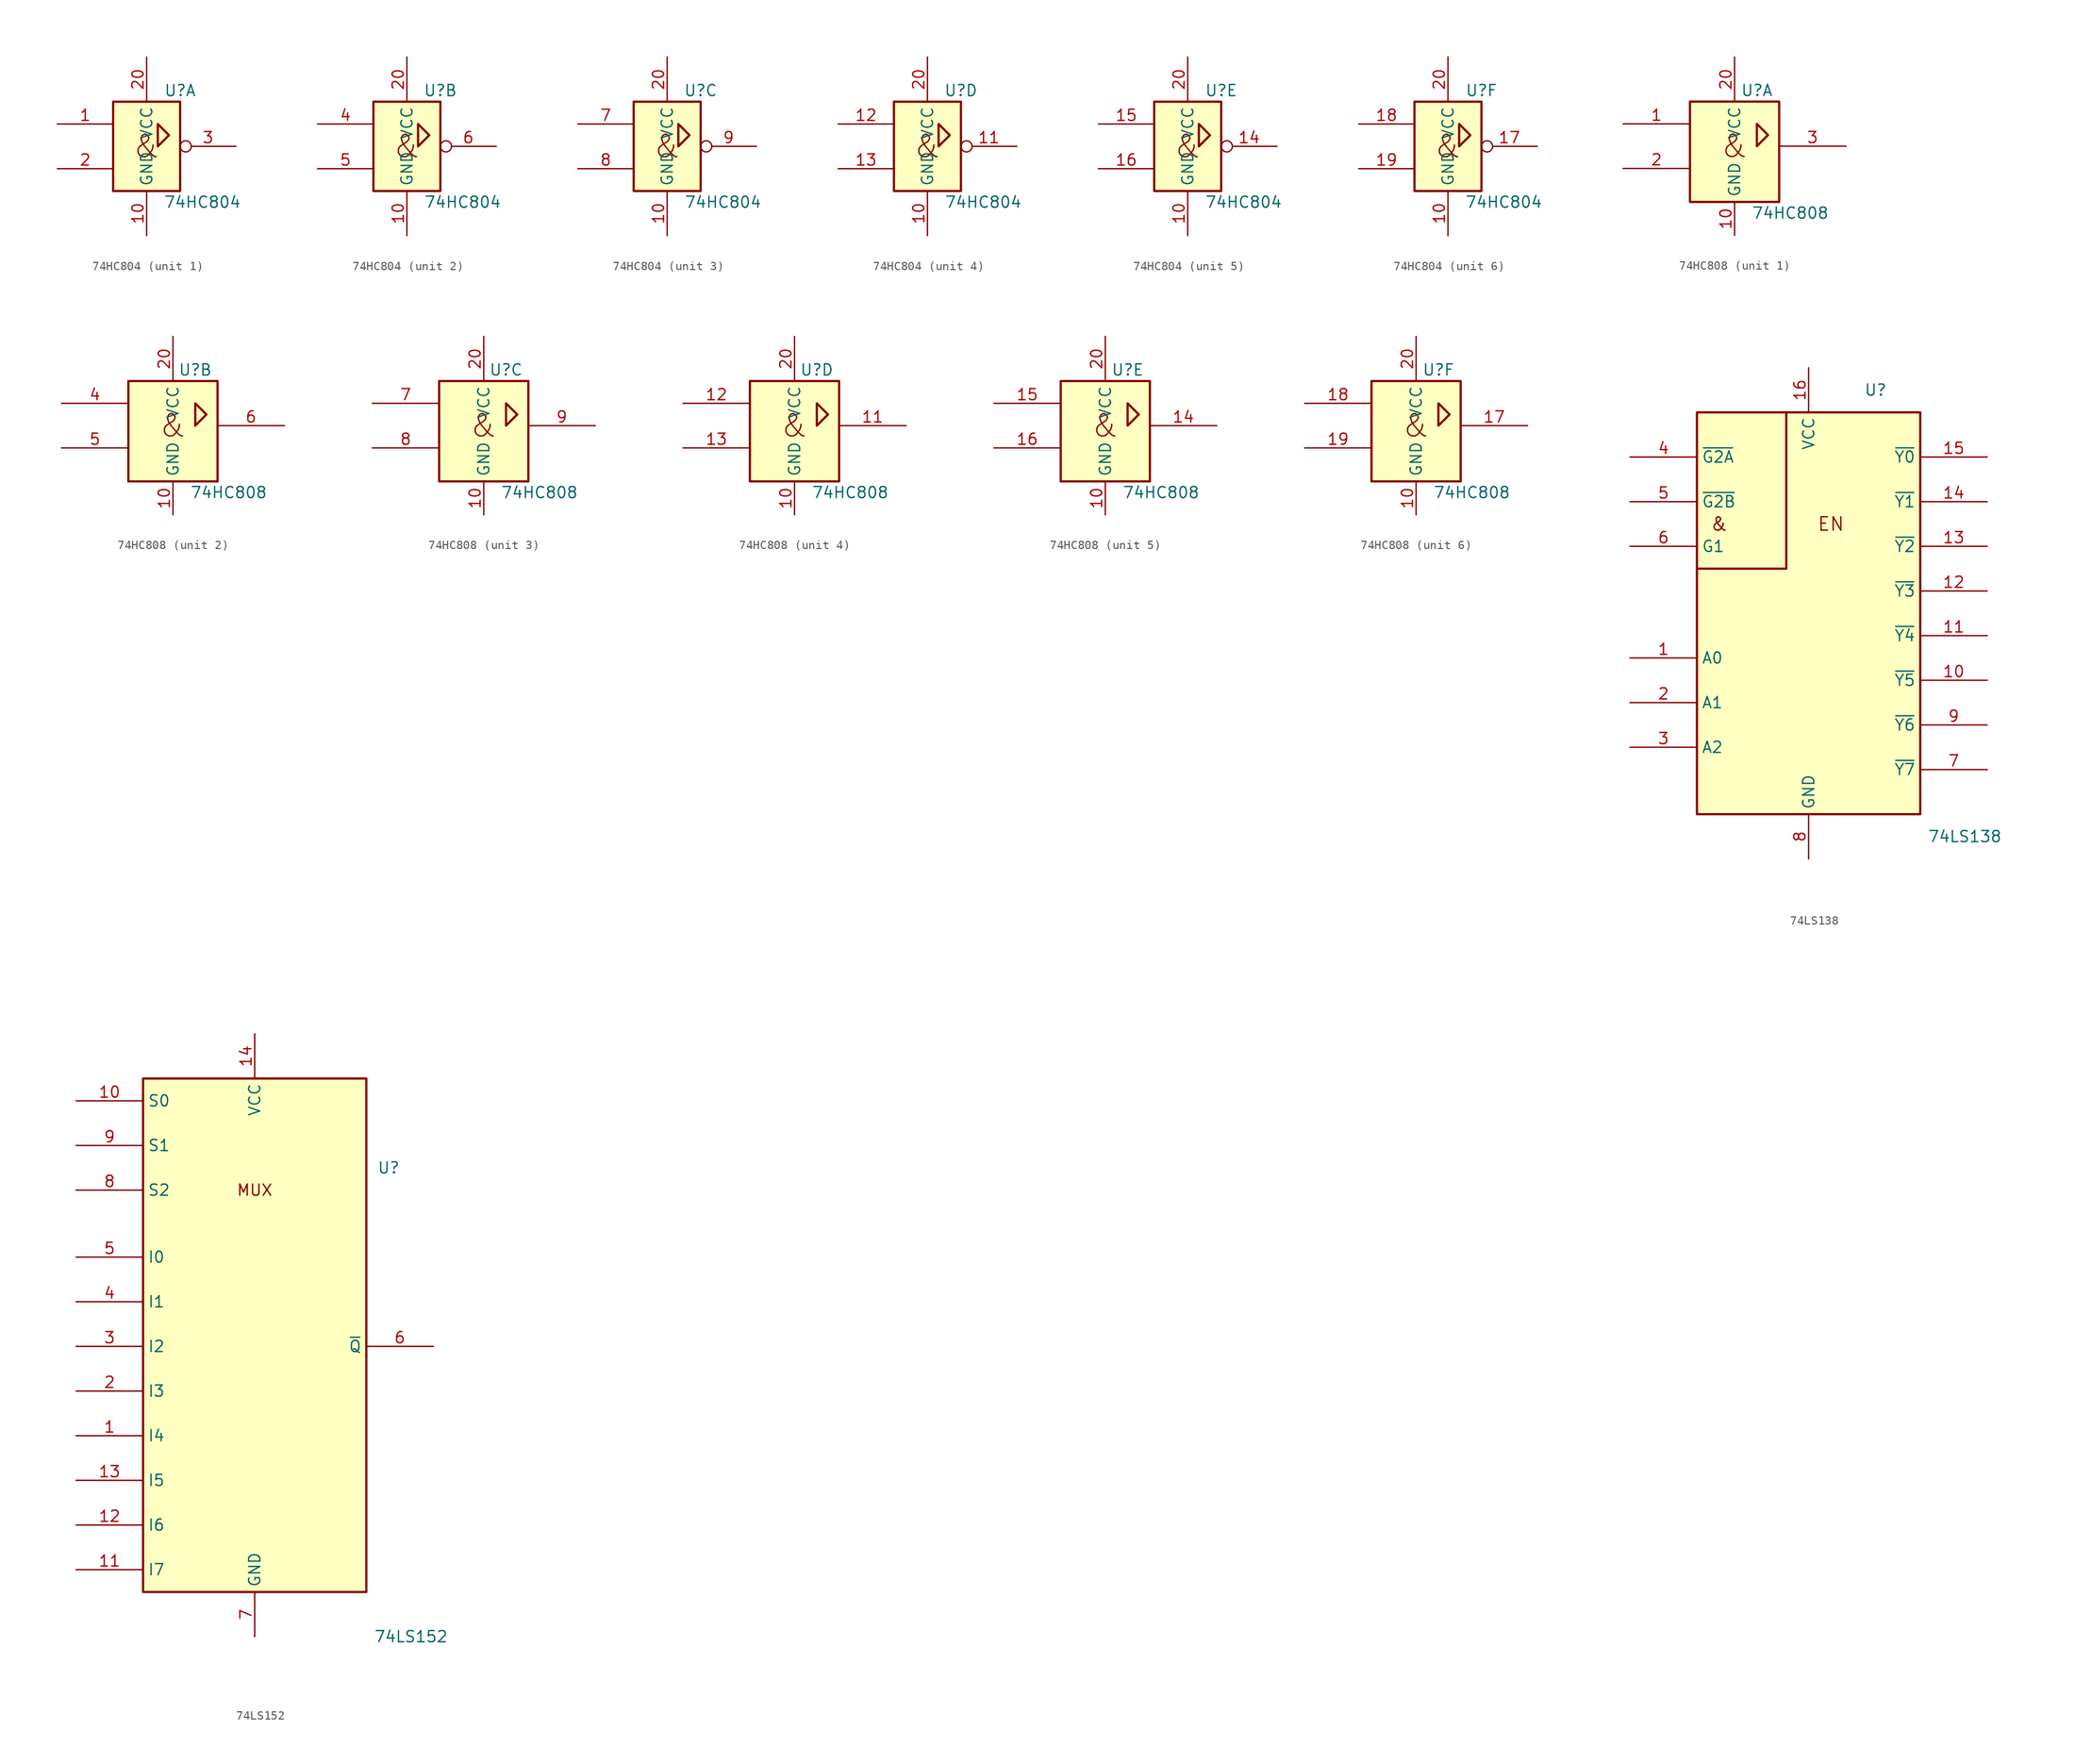
<source format=kicad_sym>
(kicad_symbol_lib
  (version 20220914)
  (generator kicad_symbol_editor)
  (symbol "74HC804"
    (property "Reference" "U"
      (at 3.81 6.35 0)
      (effects (font (size 1.27 1.27))))
    (property "Value" "74HC804"
      (at 6.35 -6.35 0)
      (effects (font (size 1.27 1.27))))
    (symbol "74HC804_0_1"
      (rectangle (start -3.81 5.08) (end 3.81 -5.08) (stroke (width 0.254) (type default)) (fill (type background)))
      (polyline (pts (xy 1.27 0) (xy 1.27 2.54) (xy 2.54 1.27) (xy 1.27 0) (xy 1.27 0)) (stroke (width 0.254) (type default)) (fill (type background)))
      (text "&" (at 0 0 0) (effects (font (size 2.54 2.54))))
      (pin power_in line (at 0 -10.16 90) (length 5.08) (name "GND" (effects (font (size 1.27 1.27)))) (number "10" (effects (font (size 1.27 1.27)))))
      (pin power_in line (at 0 10.16 270) (length 5.08) (name "VCC" (effects (font (size 1.27 1.27)))) (number "20" (effects (font (size 1.27 1.27))))))
    (symbol "74HC804_1_1"
      (pin input line (at -10.16 2.54 0) (length 6.35) (name "~" (effects (font (size 1.27 1.27)))) (number "1" (effects (font (size 1.27 1.27)))))
      (pin input line (at -10.16 -2.54 0) (length 6.35) (name "~" (effects (font (size 1.27 1.27)))) (number "2" (effects (font (size 1.27 1.27)))))
      (pin output inverted (at 10.16 0 180) (length 6.35) (name "~" (effects (font (size 1.27 1.27)))) (number "3" (effects (font (size 1.27 1.27))))))
    (symbol "74HC804_2_1"
      (pin input line (at -10.16 2.54 0) (length 6.35) (name "~" (effects (font (size 1.27 1.27)))) (number "4" (effects (font (size 1.27 1.27)))))
      (pin input line (at -10.16 -2.54 0) (length 6.35) (name "~" (effects (font (size 1.27 1.27)))) (number "5" (effects (font (size 1.27 1.27)))))
      (pin output inverted (at 10.16 0 180) (length 6.35) (name "~" (effects (font (size 1.27 1.27)))) (number "6" (effects (font (size 1.27 1.27))))))
    (symbol "74HC804_3_1"
      (pin input line (at -10.16 2.54 0) (length 6.35) (name "~" (effects (font (size 1.27 1.27)))) (number "7" (effects (font (size 1.27 1.27)))))
      (pin input line (at -10.16 -2.54 0) (length 6.35) (name "~" (effects (font (size 1.27 1.27)))) (number "8" (effects (font (size 1.27 1.27)))))
      (pin output inverted (at 10.16 0 180) (length 6.35) (name "~" (effects (font (size 1.27 1.27)))) (number "9" (effects (font (size 1.27 1.27))))))
    (symbol "74HC804_4_1"
      (pin output inverted (at 10.16 0 180) (length 6.35) (name "~" (effects (font (size 1.27 1.27)))) (number "11" (effects (font (size 1.27 1.27)))))
      (pin input line (at -10.16 2.54 0) (length 6.35) (name "~" (effects (font (size 1.27 1.27)))) (number "12" (effects (font (size 1.27 1.27)))))
      (pin input line (at -10.16 -2.54 0) (length 6.35) (name "~" (effects (font (size 1.27 1.27)))) (number "13" (effects (font (size 1.27 1.27))))))
    (symbol "74HC804_5_1"
      (pin output inverted (at 10.16 0 180) (length 6.35) (name "~" (effects (font (size 1.27 1.27)))) (number "14" (effects (font (size 1.27 1.27)))))
      (pin input line (at -10.16 2.54 0) (length 6.35) (name "~" (effects (font (size 1.27 1.27)))) (number "15" (effects (font (size 1.27 1.27)))))
      (pin input line (at -10.16 -2.54 0) (length 6.35) (name "~" (effects (font (size 1.27 1.27)))) (number "16" (effects (font (size 1.27 1.27))))))
    (symbol "74HC804_6_1"
      (pin output inverted (at 10.16 0 180) (length 6.35) (name "~" (effects (font (size 1.27 1.27)))) (number "17" (effects (font (size 1.27 1.27)))))
      (pin input line (at -10.16 2.54 0) (length 6.35) (name "~" (effects (font (size 1.27 1.27)))) (number "18" (effects (font (size 1.27 1.27)))))
      (pin input line (at -10.16 -2.54 0) (length 6.35) (name "~" (effects (font (size 1.27 1.27)))) (number "19" (effects (font (size 1.27 1.27)))))))
  (symbol "74HC808"
    (property "Reference" "U"
      (at 2.54 6.35 0)
      (effects (font (size 1.27 1.27))))
    (property "Value" "74HC808"
      (at 6.35 -7.62 0)
      (effects (font (size 1.27 1.27))))
    (symbol "74HC808_0_1"
      (rectangle (start -5.08 5.08) (end 5.08 -6.35) (stroke (width 0.254) (type default)) (fill (type background)))
      (polyline (pts (xy 2.54 0) (xy 2.54 2.54) (xy 3.81 1.27) (xy 2.54 0) (xy 2.54 0)) (stroke (width 0.254) (type default)) (fill (type background)))
      (text "&" (at 0 0 0) (effects (font (size 2.54 2.54))))
      (pin power_in line (at 0 -10.16 90) (length 3.81) (name "GND" (effects (font (size 1.27 1.27)))) (number "10" (effects (font (size 1.27 1.27)))))
      (pin power_in line (at 0 10.16 270) (length 5.08) (name "VCC" (effects (font (size 1.27 1.27)))) (number "20" (effects (font (size 1.27 1.27))))))
    (symbol "74HC808_1_1"
      (pin input line (at -12.7 2.54 0) (length 7.62) (name "~" (effects (font (size 1.27 1.27)))) (number "1" (effects (font (size 1.27 1.27)))))
      (pin input line (at -12.7 -2.54 0) (length 7.62) (name "~" (effects (font (size 1.27 1.27)))) (number "2" (effects (font (size 1.27 1.27)))))
      (pin output line (at 12.7 0 180) (length 7.62) (name "~" (effects (font (size 1.27 1.27)))) (number "3" (effects (font (size 1.27 1.27))))))
    (symbol "74HC808_2_1"
      (pin input line (at -12.7 2.54 0) (length 7.62) (name "~" (effects (font (size 1.27 1.27)))) (number "4" (effects (font (size 1.27 1.27)))))
      (pin input line (at -12.7 -2.54 0) (length 7.62) (name "~" (effects (font (size 1.27 1.27)))) (number "5" (effects (font (size 1.27 1.27)))))
      (pin output line (at 12.7 0 180) (length 7.62) (name "~" (effects (font (size 1.27 1.27)))) (number "6" (effects (font (size 1.27 1.27))))))
    (symbol "74HC808_3_1"
      (pin input line (at -12.7 2.54 0) (length 7.62) (name "~" (effects (font (size 1.27 1.27)))) (number "7" (effects (font (size 1.27 1.27)))))
      (pin input line (at -12.7 -2.54 0) (length 7.62) (name "~" (effects (font (size 1.27 1.27)))) (number "8" (effects (font (size 1.27 1.27)))))
      (pin output line (at 12.7 0 180) (length 7.62) (name "~" (effects (font (size 1.27 1.27)))) (number "9" (effects (font (size 1.27 1.27))))))
    (symbol "74HC808_4_1"
      (pin output line (at 12.7 0 180) (length 7.62) (name "~" (effects (font (size 1.27 1.27)))) (number "11" (effects (font (size 1.27 1.27)))))
      (pin input line (at -12.7 2.54 0) (length 7.62) (name "~" (effects (font (size 1.27 1.27)))) (number "12" (effects (font (size 1.27 1.27)))))
      (pin input line (at -12.7 -2.54 0) (length 7.62) (name "~" (effects (font (size 1.27 1.27)))) (number "13" (effects (font (size 1.27 1.27))))))
    (symbol "74HC808_5_1"
      (pin output line (at 12.7 0 180) (length 7.62) (name "~" (effects (font (size 1.27 1.27)))) (number "14" (effects (font (size 1.27 1.27)))))
      (pin input line (at -12.7 2.54 0) (length 7.62) (name "~" (effects (font (size 1.27 1.27)))) (number "15" (effects (font (size 1.27 1.27)))))
      (pin input line (at -12.7 -2.54 0) (length 7.62) (name "~" (effects (font (size 1.27 1.27)))) (number "16" (effects (font (size 1.27 1.27))))))
    (symbol "74HC808_6_1"
      (pin output line (at 12.7 0 180) (length 7.62) (name "~" (effects (font (size 1.27 1.27)))) (number "17" (effects (font (size 1.27 1.27)))))
      (pin input line (at -12.7 2.54 0) (length 7.62) (name "~" (effects (font (size 1.27 1.27)))) (number "18" (effects (font (size 1.27 1.27)))))
      (pin input line (at -12.7 -2.54 0) (length 7.62) (name "~" (effects (font (size 1.27 1.27)))) (number "19" (effects (font (size 1.27 1.27)))))))
  (symbol "74LS138"
    (property "Reference" "U"
      (at 7.62 17.78 0)
      (effects (font (size 1.27 1.27))))
    (property "Value" "74LS138"
      (at 17.78 -33.02 0)
      (effects (font (size 1.27 1.27))))
    (symbol "74LS138_0_0"
      (polyline (pts (xy -2.54 15.24) (xy -2.54 -2.54) (xy -12.7 -2.54) (xy -12.7 -2.54)) (stroke (width 0.254) (type default)) (fill (type background)))
      (text "&" (at -10.16 2.54 0) (effects (font (size 1.524 1.524))))
      (text "EN" (at 2.54 2.54 0) (effects (font (size 1.524 1.524))))
      (pin power_in line (at 0 20.32 270) (length 5.08) (name "VCC" (effects (font (size 1.27 1.27)))) (number "16" (effects (font (size 1.27 1.27))))))
    (symbol "74LS138_0_1"
      (rectangle (start -12.7 15.24) (end 12.7 -30.48) (stroke (width 0.254) (type default)) (fill (type background))))
    (symbol "74LS138_1_1"
      (pin input line (at -20.32 -12.7 0) (length 7.62) (name "A0" (effects (font (size 1.27 1.27)))) (number "1" (effects (font (size 1.27 1.27)))))
      (pin output line (at 20.32 -15.24 180) (length 7.62) (name "~{Y5}" (effects (font (size 1.27 1.27)))) (number "10" (effects (font (size 1.27 1.27)))))
      (pin output line (at 20.32 -10.16 180) (length 7.62) (name "~{Y4}" (effects (font (size 1.27 1.27)))) (number "11" (effects (font (size 1.27 1.27)))))
      (pin output line (at 20.32 -5.08 180) (length 7.62) (name "~{Y3}" (effects (font (size 1.27 1.27)))) (number "12" (effects (font (size 1.27 1.27)))))
      (pin output line (at 20.32 0 180) (length 7.62) (name "~{Y2}" (effects (font (size 1.27 1.27)))) (number "13" (effects (font (size 1.27 1.27)))))
      (pin output line (at 20.32 5.08 180) (length 7.62) (name "~{Y1}" (effects (font (size 1.27 1.27)))) (number "14" (effects (font (size 1.27 1.27)))))
      (pin output line (at 20.32 10.16 180) (length 7.62) (name "~{Y0}" (effects (font (size 1.27 1.27)))) (number "15" (effects (font (size 1.27 1.27)))))
      (pin input line (at -20.32 -17.78 0) (length 7.62) (name "A1" (effects (font (size 1.27 1.27)))) (number "2" (effects (font (size 1.27 1.27)))))
      (pin input line (at -20.32 -22.86 0) (length 7.62) (name "A2" (effects (font (size 1.27 1.27)))) (number "3" (effects (font (size 1.27 1.27)))))
      (pin input line (at -20.32 10.16 0) (length 7.62) (name "~{G2A}" (effects (font (size 1.27 1.27)))) (number "4" (effects (font (size 1.27 1.27)))))
      (pin input line (at -20.32 5.08 0) (length 7.62) (name "~{G2B}" (effects (font (size 1.27 1.27)))) (number "5" (effects (font (size 1.27 1.27)))))
      (pin input line (at -20.32 0 0) (length 7.62) (name "G1" (effects (font (size 1.27 1.27)))) (number "6" (effects (font (size 1.27 1.27)))))
      (pin output line (at 20.32 -25.4 180) (length 7.62) (name "~{Y7}" (effects (font (size 1.27 1.27)))) (number "7" (effects (font (size 1.27 1.27)))))
      (pin power_in line (at 0 -35.56 90) (length 5.08) (name "GND" (effects (font (size 1.27 1.27)))) (number "8" (effects (font (size 1.27 1.27)))))
      (pin output line (at 20.32 -20.32 180) (length 7.62) (name "~{Y6}" (effects (font (size 1.27 1.27)))) (number "9" (effects (font (size 1.27 1.27)))))))
  (symbol "74LS152"
    (property "Reference" "U"
      (at 15.24 22.86 0)
      (effects (font (size 1.27 1.27))))
    (property "Value" "74LS152"
      (at 17.78 -30.48 0)
      (effects (font (size 1.27 1.27))))
    (symbol "74LS152_0_0"
      (rectangle (start -12.7 33.02) (end 12.7 -25.4) (stroke (width 0.254) (type default)) (fill (type background)))
      (text "MUX" (at 0 20.32 0) (effects (font (size 1.27 1.27))))
      (pin power_in line (at 0 38.1 270) (length 5.08) (name "VCC" (effects (font (size 1.27 1.27)))) (number "14" (effects (font (size 1.27 1.27)))))
      (pin power_in line (at 0 -30.48 90) (length 5.08) (name "GND" (effects (font (size 1.27 1.27)))) (number "7" (effects (font (size 1.27 1.27))))))
    (symbol "74LS152_1_1"
      (pin input line (at -20.32 -7.62 0) (length 7.62) (name "I4" (effects (font (size 1.27 1.27)))) (number "1" (effects (font (size 1.27 1.27)))))
      (pin input line (at -20.32 30.48 0) (length 7.62) (name "S0" (effects (font (size 1.27 1.27)))) (number "10" (effects (font (size 1.27 1.27)))))
      (pin input line (at -20.32 -22.86 0) (length 7.62) (name "I7" (effects (font (size 1.27 1.27)))) (number "11" (effects (font (size 1.27 1.27)))))
      (pin input line (at -20.32 -17.78 0) (length 7.62) (name "I6" (effects (font (size 1.27 1.27)))) (number "12" (effects (font (size 1.27 1.27)))))
      (pin input line (at -20.32 -12.7 0) (length 7.62) (name "I5" (effects (font (size 1.27 1.27)))) (number "13" (effects (font (size 1.27 1.27)))))
      (pin input line (at -20.32 -2.54 0) (length 7.62) (name "I3" (effects (font (size 1.27 1.27)))) (number "2" (effects (font (size 1.27 1.27)))))
      (pin input line (at -20.32 2.54 0) (length 7.62) (name "I2" (effects (font (size 1.27 1.27)))) (number "3" (effects (font (size 1.27 1.27)))))
      (pin input line (at -20.32 7.62 0) (length 7.62) (name "I1" (effects (font (size 1.27 1.27)))) (number "4" (effects (font (size 1.27 1.27)))))
      (pin input line (at -20.32 12.7 0) (length 7.62) (name "I0" (effects (font (size 1.27 1.27)))) (number "5" (effects (font (size 1.27 1.27)))))
      (pin output line (at 20.32 2.54 180) (length 7.62) (name "~{Q}" (effects (font (size 1.27 1.27)))) (number "6" (effects (font (size 1.27 1.27)))))
      (pin input line (at -20.32 20.32 0) (length 7.62) (name "S2" (effects (font (size 1.27 1.27)))) (number "8" (effects (font (size 1.27 1.27)))))
      (pin input line (at -20.32 25.4 0) (length 7.62) (name "S1" (effects (font (size 1.27 1.27)))) (number "9" (effects (font (size 1.27 1.27))))))))
</source>
